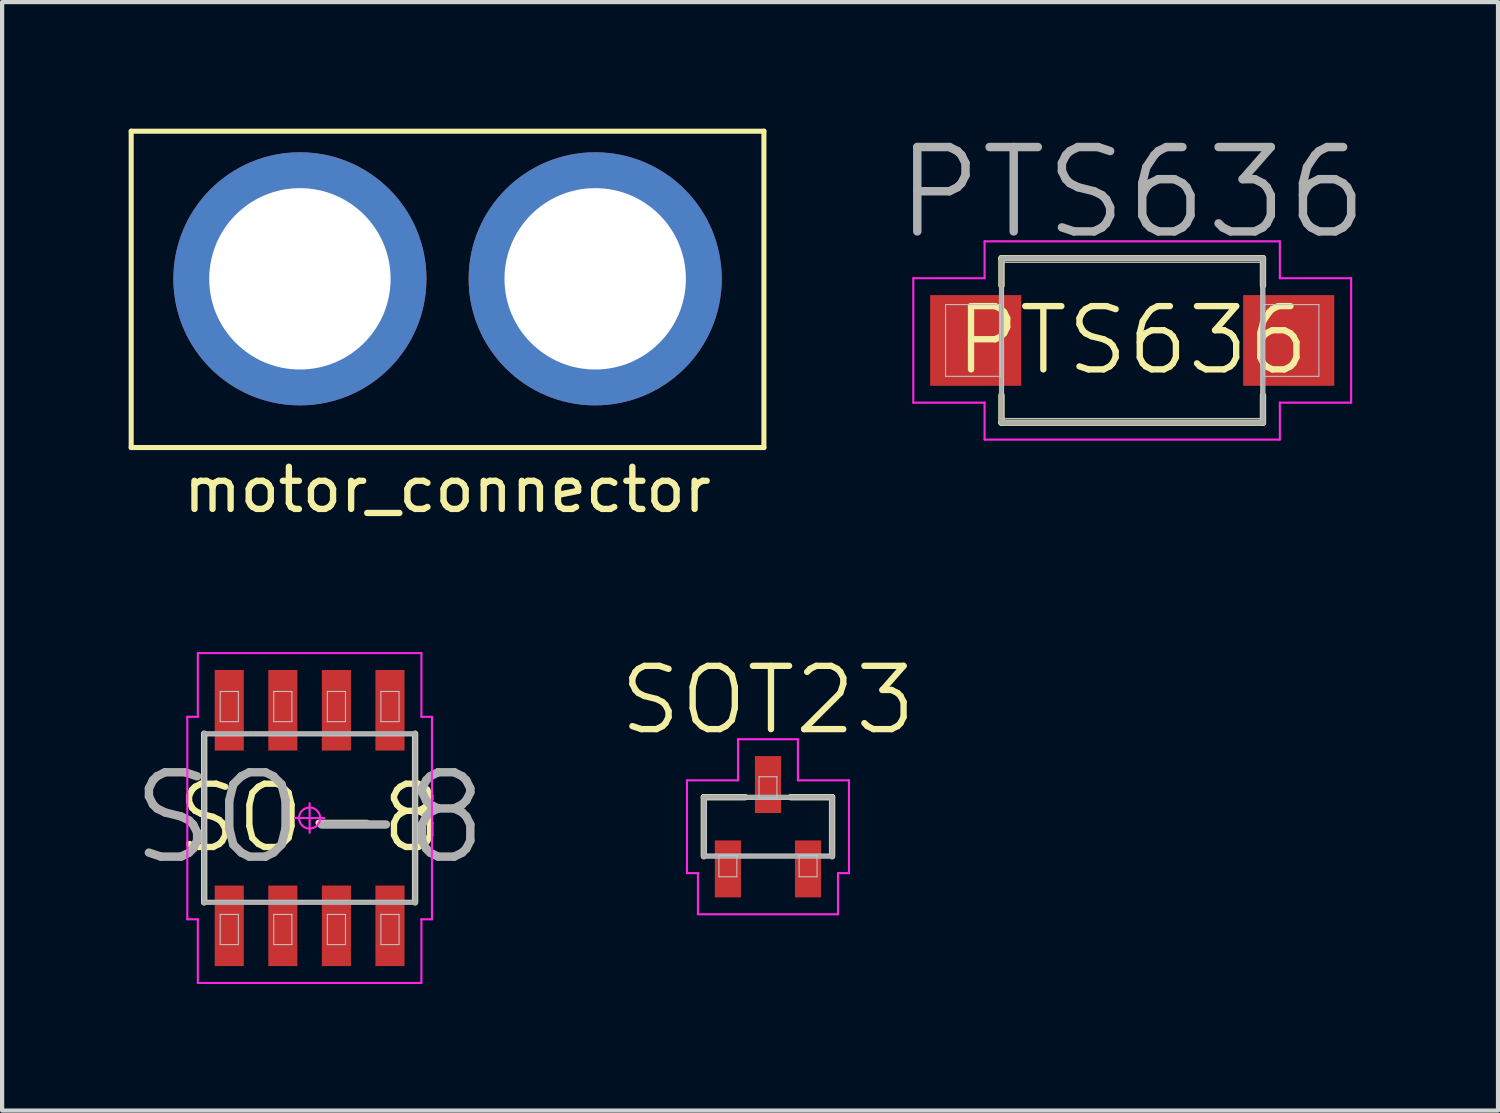
<source format=kicad_pcb>
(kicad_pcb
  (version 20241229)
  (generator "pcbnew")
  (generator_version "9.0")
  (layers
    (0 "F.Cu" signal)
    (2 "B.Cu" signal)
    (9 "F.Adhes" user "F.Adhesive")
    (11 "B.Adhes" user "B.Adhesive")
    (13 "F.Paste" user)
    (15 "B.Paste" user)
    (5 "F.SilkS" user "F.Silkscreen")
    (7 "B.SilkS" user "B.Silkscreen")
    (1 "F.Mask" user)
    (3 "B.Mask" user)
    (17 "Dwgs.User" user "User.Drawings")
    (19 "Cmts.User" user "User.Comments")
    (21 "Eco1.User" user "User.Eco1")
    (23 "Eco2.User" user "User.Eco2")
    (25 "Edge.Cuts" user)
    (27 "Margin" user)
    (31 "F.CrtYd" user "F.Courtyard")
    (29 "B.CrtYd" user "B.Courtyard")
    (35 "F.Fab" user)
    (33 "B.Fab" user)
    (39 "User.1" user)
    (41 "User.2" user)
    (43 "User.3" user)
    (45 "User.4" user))
  (footprint "SOT23"
    (layer "F.Cu")
    (at 15.156 16.549)
    (property "Reference" "SOT23" (at 0 -3 0) (layer "F.SilkS") (effects (font (size 1.5 1.5) (thickness 0.15))))
    (attr smd)
    (fp_line (start -1.52 -0.7) (end -0.535 -0.7) (stroke (width 0.15) (type solid)) (layer "F.SilkS"))
    (fp_line (start -1.52 0.7) (end -1.52 -0.7) (stroke (width 0.15) (type solid)) (layer "F.SilkS"))
    (fp_line (start 1.52 -0.7) (end 0.535 -0.7) (stroke (width 0.15) (type solid)) (layer "F.SilkS"))
    (fp_line (start 1.52 0.7) (end 1.52 -0.7) (stroke (width 0.15) (type solid)) (layer "F.SilkS"))
    (fp_line (start -1.46 -0.65) (end 1.46 -0.65) (stroke (width 0.025) (type solid)) (layer "Dwgs.User"))
    (fp_line (start -1.46 0.65) (end -1.46 -0.65) (stroke (width 0.025) (type solid)) (layer "Dwgs.User"))
    (fp_line (start -1.163 0.685) (end -0.738 0.685) (stroke (width 0.025) (type solid)) (layer "Dwgs.User"))
    (fp_line (start -1.163 1.185) (end -1.163 0.685) (stroke (width 0.025) (type solid)) (layer "Dwgs.User"))
    (fp_line (start -0.738 0.685) (end -0.738 1.185) (stroke (width 0.025) (type solid)) (layer "Dwgs.User"))
    (fp_line (start -0.738 1.185) (end -1.163 1.185) (stroke (width 0.025) (type solid)) (layer "Dwgs.User"))
    (fp_line (start -0.212 -1.185) (end 0.212 -1.185) (stroke (width 0.025) (type solid)) (layer "Dwgs.User"))
    (fp_line (start -0.212 -0.685) (end -0.212 -1.185) (stroke (width 0.025) (type solid)) (layer "Dwgs.User"))
    (fp_line (start 0.212 -1.185) (end 0.212 -0.685) (stroke (width 0.025) (type solid)) (layer "Dwgs.User"))
    (fp_line (start 0.212 -0.685) (end -0.212 -0.685) (stroke (width 0.025) (type solid)) (layer "Dwgs.User"))
    (fp_line (start 0.738 0.685) (end 1.163 0.685) (stroke (width 0.025) (type solid)) (layer "Dwgs.User"))
    (fp_line (start 0.738 1.185) (end 0.738 0.685) (stroke (width 0.025) (type solid)) (layer "Dwgs.User"))
    (fp_line (start 1.163 0.685) (end 1.163 1.185) (stroke (width 0.025) (type solid)) (layer "Dwgs.User"))
    (fp_line (start 1.163 1.185) (end 0.738 1.185) (stroke (width 0.025) (type solid)) (layer "Dwgs.User"))
    (fp_line (start 1.46 -0.65) (end 1.46 0.65) (stroke (width 0.025) (type solid)) (layer "Dwgs.User"))
    (fp_line (start 1.46 0.65) (end -1.46 0.65) (stroke (width 0.025) (type solid)) (layer "Dwgs.User"))
    (fp_line (start -1.92 -1.1) (end -1.92 1.1) (stroke (width 0.05) (type solid)) (layer "F.CrtYd"))
    (fp_line (start -1.92 1.1) (end -1.66 1.1) (stroke (width 0.05) (type solid)) (layer "F.CrtYd"))
    (fp_line (start -1.66 1.1) (end -1.66 2.075) (stroke (width 0.05) (type solid)) (layer "F.CrtYd"))
    (fp_line (start -1.66 2.075) (end 1.66 2.075) (stroke (width 0.05) (type solid)) (layer "F.CrtYd"))
    (fp_line (start -0.71 -2.075) (end -0.71 -1.1) (stroke (width 0.05) (type solid)) (layer "F.CrtYd"))
    (fp_line (start -0.71 -1.1) (end -1.92 -1.1) (stroke (width 0.05) (type solid)) (layer "F.CrtYd"))
    (fp_line (start 0.71 -2.075) (end -0.71 -2.075) (stroke (width 0.05) (type solid)) (layer "F.CrtYd"))
    (fp_line (start 0.71 -1.1) (end 0.71 -2.075) (stroke (width 0.05) (type solid)) (layer "F.CrtYd"))
    (fp_line (start 1.66 1.1) (end 1.92 1.1) (stroke (width 0.05) (type solid)) (layer "F.CrtYd"))
    (fp_line (start 1.66 2.075) (end 1.66 1.1) (stroke (width 0.05) (type solid)) (layer "F.CrtYd"))
    (fp_line (start 1.92 -1.1) (end 0.71 -1.1) (stroke (width 0.05) (type solid)) (layer "F.CrtYd"))
    (fp_line (start 1.92 1.1) (end 1.92 -1.1) (stroke (width 0.05) (type solid)) (layer "F.CrtYd"))
    (fp_line (start -1.52 -0.7) (end 1.52 -0.7) (stroke (width 0.12) (type solid)) (layer "F.Fab"))
    (fp_line (start -1.52 0.7) (end -1.52 -0.7) (stroke (width 0.12) (type solid)) (layer "F.Fab"))
    (fp_line (start 1.52 -0.7) (end 1.52 0.7) (stroke (width 0.12) (type solid)) (layer "F.Fab"))
    (fp_line (start 1.52 0.7) (end -1.52 0.7) (stroke (width 0.12) (type solid)) (layer "F.Fab"))
    (pad "1" smd rect (at -0.95 1 90) (size 1.35 0.62) (layers "F.Cu" "F.Mask" "F.Paste"))
    (pad "2" smd rect (at 0.95 1 90) (size 1.35 0.62) (layers "F.Cu" "F.Mask" "F.Paste"))
    (pad "3" smd rect (at 0 -1 90) (size 1.35 0.62) (layers "F.Cu" "F.Mask" "F.Paste")))
  (footprint "SO-8"
    (layer "F.Cu")
    (at 4.29 16.343)
    (property "Reference" "SO-8" (at 0 0 0) (layer "F.SilkS") (effects (font (size 1.5 1.5) (thickness 0.15))))
    (attr smd)
    (fp_line (start -2.5 2) (end -2.5 -2) (stroke (width 0.15) (type solid)) (layer "F.SilkS"))
    (fp_line (start 2.5 2) (end 2.5 -2) (stroke (width 0.15) (type solid)) (layer "F.SilkS"))
    (fp_line (start -2.45 -1.95) (end 2.45 -1.95) (stroke (width 0.025) (type solid)) (layer "Dwgs.User"))
    (fp_line (start -2.45 1.95) (end -2.45 -1.95) (stroke (width 0.025) (type solid)) (layer "Dwgs.User"))
    (fp_line (start -2.12 -3) (end -1.69 -3) (stroke (width 0.025) (type solid)) (layer "Dwgs.User"))
    (fp_line (start -2.12 -2.285) (end -2.12 -3) (stroke (width 0.025) (type solid)) (layer "Dwgs.User"))
    (fp_line (start -2.12 2.285) (end -1.69 2.285) (stroke (width 0.025) (type solid)) (layer "Dwgs.User"))
    (fp_line (start -2.12 3) (end -2.12 2.285) (stroke (width 0.025) (type solid)) (layer "Dwgs.User"))
    (fp_line (start -1.69 -3) (end -1.69 -2.285) (stroke (width 0.025) (type solid)) (layer "Dwgs.User"))
    (fp_line (start -1.69 -2.285) (end -2.12 -2.285) (stroke (width 0.025) (type solid)) (layer "Dwgs.User"))
    (fp_line (start -1.69 2.285) (end -1.69 3) (stroke (width 0.025) (type solid)) (layer "Dwgs.User"))
    (fp_line (start -1.69 3) (end -2.12 3) (stroke (width 0.025) (type solid)) (layer "Dwgs.User"))
    (fp_line (start -0.85 -3) (end -0.42 -3) (stroke (width 0.025) (type solid)) (layer "Dwgs.User"))
    (fp_line (start -0.85 -2.285) (end -0.85 -3) (stroke (width 0.025) (type solid)) (layer "Dwgs.User"))
    (fp_line (start -0.85 2.285) (end -0.42 2.285) (stroke (width 0.025) (type solid)) (layer "Dwgs.User"))
    (fp_line (start -0.85 3) (end -0.85 2.285) (stroke (width 0.025) (type solid)) (layer "Dwgs.User"))
    (fp_line (start -0.42 -3) (end -0.42 -2.285) (stroke (width 0.025) (type solid)) (layer "Dwgs.User"))
    (fp_line (start -0.42 -2.285) (end -0.85 -2.285) (stroke (width 0.025) (type solid)) (layer "Dwgs.User"))
    (fp_line (start -0.42 2.285) (end -0.42 3) (stroke (width 0.025) (type solid)) (layer "Dwgs.User"))
    (fp_line (start -0.42 3) (end -0.85 3) (stroke (width 0.025) (type solid)) (layer "Dwgs.User"))
    (fp_line (start 0.42 -3) (end 0.85 -3) (stroke (width 0.025) (type solid)) (layer "Dwgs.User"))
    (fp_line (start 0.42 -2.285) (end 0.42 -3) (stroke (width 0.025) (type solid)) (layer "Dwgs.User"))
    (fp_line (start 0.42 2.285) (end 0.85 2.285) (stroke (width 0.025) (type solid)) (layer "Dwgs.User"))
    (fp_line (start 0.42 3) (end 0.42 2.285) (stroke (width 0.025) (type solid)) (layer "Dwgs.User"))
    (fp_line (start 0.85 -3) (end 0.85 -2.285) (stroke (width 0.025) (type solid)) (layer "Dwgs.User"))
    (fp_line (start 0.85 -2.285) (end 0.42 -2.285) (stroke (width 0.025) (type solid)) (layer "Dwgs.User"))
    (fp_line (start 0.85 2.285) (end 0.85 3) (stroke (width 0.025) (type solid)) (layer "Dwgs.User"))
    (fp_line (start 0.85 3) (end 0.42 3) (stroke (width 0.025) (type solid)) (layer "Dwgs.User"))
    (fp_line (start 1.69 -3) (end 2.12 -3) (stroke (width 0.025) (type solid)) (layer "Dwgs.User"))
    (fp_line (start 1.69 -2.285) (end 1.69 -3) (stroke (width 0.025) (type solid)) (layer "Dwgs.User"))
    (fp_line (start 1.69 2.285) (end 2.12 2.285) (stroke (width 0.025) (type solid)) (layer "Dwgs.User"))
    (fp_line (start 1.69 3) (end 1.69 2.285) (stroke (width 0.025) (type solid)) (layer "Dwgs.User"))
    (fp_line (start 2.12 -3) (end 2.12 -2.285) (stroke (width 0.025) (type solid)) (layer "Dwgs.User"))
    (fp_line (start 2.12 -2.285) (end 1.69 -2.285) (stroke (width 0.025) (type solid)) (layer "Dwgs.User"))
    (fp_line (start 2.12 2.285) (end 2.12 3) (stroke (width 0.025) (type solid)) (layer "Dwgs.User"))
    (fp_line (start 2.12 3) (end 1.69 3) (stroke (width 0.025) (type solid)) (layer "Dwgs.User"))
    (fp_line (start 2.45 -1.95) (end 2.45 1.95) (stroke (width 0.025) (type solid)) (layer "Dwgs.User"))
    (fp_line (start 2.45 1.95) (end -2.45 1.95) (stroke (width 0.025) (type solid)) (layer "Dwgs.User"))
    (fp_line (start -2.9 -2.4) (end -2.9 2.4) (stroke (width 0.05) (type solid)) (layer "F.CrtYd"))
    (fp_line (start -2.9 2.4) (end -2.65 2.4) (stroke (width 0.05) (type solid)) (layer "F.CrtYd"))
    (fp_line (start -2.65 -3.91) (end -2.65 -2.4) (stroke (width 0.05) (type solid)) (layer "F.CrtYd"))
    (fp_line (start -2.65 -2.4) (end -2.9 -2.4) (stroke (width 0.05) (type solid)) (layer "F.CrtYd"))
    (fp_line (start -2.65 2.4) (end -2.65 3.91) (stroke (width 0.05) (type solid)) (layer "F.CrtYd"))
    (fp_line (start -2.65 3.91) (end 2.65 3.91) (stroke (width 0.05) (type solid)) (layer "F.CrtYd"))
    (fp_line (start -0.35 0) (end 0.35 0) (stroke (width 0.05) (type solid)) (layer "F.CrtYd"))
    (fp_line (start 0 -0.35) (end 0 0.35) (stroke (width 0.05) (type solid)) (layer "F.CrtYd"))
    (fp_line (start 2.65 -3.91) (end -2.65 -3.91) (stroke (width 0.05) (type solid)) (layer "F.CrtYd"))
    (fp_line (start 2.65 -2.4) (end 2.65 -3.91) (stroke (width 0.05) (type solid)) (layer "F.CrtYd"))
    (fp_line (start 2.65 2.4) (end 2.9 2.4) (stroke (width 0.05) (type solid)) (layer "F.CrtYd"))
    (fp_line (start 2.65 3.91) (end 2.65 2.4) (stroke (width 0.05) (type solid)) (layer "F.CrtYd"))
    (fp_line (start 2.9 -2.4) (end 2.65 -2.4) (stroke (width 0.05) (type solid)) (layer "F.CrtYd"))
    (fp_line (start 2.9 2.4) (end 2.9 -2.4) (stroke (width 0.05) (type solid)) (layer "F.CrtYd"))
    (fp_circle (center 0 0) (end 0 0.25) (stroke (width 0.05) (type solid)) (fill no) (layer "F.CrtYd"))
    (fp_line (start -2.5 -2) (end 2.5 -2) (stroke (width 0.12) (type solid)) (layer "F.Fab"))
    (fp_line (start -2.5 2) (end -2.5 -2) (stroke (width 0.12) (type solid)) (layer "F.Fab"))
    (fp_line (start 2.5 -2) (end 2.5 2) (stroke (width 0.12) (type solid)) (layer "F.Fab"))
    (fp_line (start 2.5 2) (end -2.5 2) (stroke (width 0.12) (type solid)) (layer "F.Fab"))
    (fp_text user "${REFERENCE}" (at 0 0 0) (layer "F.Fab") (effects (font (size 2 2) (thickness 0.2))))
    (pad "1" smd rect (at -1.905 2.555 90) (size 1.91 0.69) (layers "F.Cu" "F.Mask" "F.Paste"))
    (pad "2" smd rect (at -0.635 2.555 90) (size 1.91 0.69) (layers "F.Cu" "F.Mask" "F.Paste"))
    (pad "3" smd rect (at 0.635 2.555 90) (size 1.91 0.69) (layers "F.Cu" "F.Mask" "F.Paste"))
    (pad "4" smd rect (at 1.905 2.555 90) (size 1.91 0.69) (layers "F.Cu" "F.Mask" "F.Paste"))
    (pad "5" smd rect (at 1.905 -2.555 90) (size 1.91 0.69) (layers "F.Cu" "F.Mask" "F.Paste"))
    (pad "6" smd rect (at 0.635 -2.555 90) (size 1.91 0.69) (layers "F.Cu" "F.Mask" "F.Paste"))
    (pad "7" smd rect (at -0.635 -2.555 90) (size 1.91 0.69) (layers "F.Cu" "F.Mask" "F.Paste"))
    (pad "8" smd rect (at -1.905 -2.555 90) (size 1.91 0.69) (layers "F.Cu" "F.Mask" "F.Paste")))
  (footprint "motor_connector"
    (layer "F.Cu")
    (at 7.56 3.56)
    (property "Reference" "motor_connector" (at 0 5 0) (layer "F.SilkS") (effects (font (size 1 1) (thickness 0.15))))
    (attr through_hole)
    (fp_line (start -7.5 -3.5) (end -7.5 4) (stroke (width 0.12) (type solid)) (layer "F.SilkS"))
    (fp_line (start -7.5 4) (end 7.5 4) (stroke (width 0.12) (type solid)) (layer "F.SilkS"))
    (fp_line (start 7.5 -3.5) (end -7.5 -3.5) (stroke (width 0.12) (type solid)) (layer "F.SilkS"))
    (fp_line (start 7.5 4) (end 7.5 -3.5) (stroke (width 0.12) (type solid)) (layer "F.SilkS"))
    (pad "1" thru_hole circle (at -3.5 0) (size 6 6) (drill 4.3) (layers "*.Cu" "*.Mask"))
    (pad "2" thru_hole circle (at 3.5 0) (size 6 6) (drill 4.3) (layers "*.Cu" "*.Mask")))
  (footprint "PTS636"
    (layer "F.Cu")
    (at 23.791 5.021)
    (property "Reference" "PTS636" (at 0 0 0) (layer "F.SilkS") (effects (font (size 1.5 1.5) (thickness 0.15))))
    (attr smd)
    (fp_line (start -3.1 -1.95) (end 3.1 -1.95) (stroke (width 0.15) (type solid)) (layer "F.SilkS"))
    (fp_line (start -3.1 -1.3) (end -3.1 -1.95) (stroke (width 0.15) (type solid)) (layer "F.SilkS"))
    (fp_line (start -3.1 1.95) (end -3.1 1.3) (stroke (width 0.15) (type solid)) (layer "F.SilkS"))
    (fp_line (start 3.1 -1.95) (end 3.1 -1.3) (stroke (width 0.15) (type solid)) (layer "F.SilkS"))
    (fp_line (start 3.1 1.3) (end 3.1 1.95) (stroke (width 0.15) (type solid)) (layer "F.SilkS"))
    (fp_line (start 3.1 1.95) (end -3.1 1.95) (stroke (width 0.15) (type solid)) (layer "F.SilkS"))
    (fp_line (start -4.425 -0.85) (end -3.125 -0.85) (stroke (width 0.025) (type solid)) (layer "Dwgs.User"))
    (fp_line (start -4.425 0.85) (end -4.425 -0.85) (stroke (width 0.025) (type solid)) (layer "Dwgs.User"))
    (fp_line (start -3.125 -0.85) (end -3.125 0.85) (stroke (width 0.025) (type solid)) (layer "Dwgs.User"))
    (fp_line (start -3.125 0.85) (end -4.425 0.85) (stroke (width 0.025) (type solid)) (layer "Dwgs.User"))
    (fp_line (start -3.05 -1.85) (end 3.05 -1.85) (stroke (width 0.025) (type solid)) (layer "Dwgs.User"))
    (fp_line (start -3.05 1.85) (end -3.05 -1.85) (stroke (width 0.025) (type solid)) (layer "Dwgs.User"))
    (fp_line (start 3.05 -1.85) (end 3.05 1.85) (stroke (width 0.025) (type solid)) (layer "Dwgs.User"))
    (fp_line (start 3.05 1.85) (end -3.05 1.85) (stroke (width 0.025) (type solid)) (layer "Dwgs.User"))
    (fp_line (start 3.125 -0.85) (end 4.425 -0.85) (stroke (width 0.025) (type solid)) (layer "Dwgs.User"))
    (fp_line (start 3.125 0.85) (end 3.125 -0.85) (stroke (width 0.025) (type solid)) (layer "Dwgs.User"))
    (fp_line (start 4.425 -0.85) (end 4.425 0.85) (stroke (width 0.025) (type solid)) (layer "Dwgs.User"))
    (fp_line (start 4.425 0.85) (end 3.125 0.85) (stroke (width 0.025) (type solid)) (layer "Dwgs.User"))
    (fp_line (start -5.19 -1.475) (end -5.19 1.475) (stroke (width 0.05) (type solid)) (layer "F.CrtYd"))
    (fp_line (start -5.19 1.475) (end -3.5 1.475) (stroke (width 0.05) (type solid)) (layer "F.CrtYd"))
    (fp_line (start -3.5 -2.35) (end -3.5 -1.475) (stroke (width 0.05) (type solid)) (layer "F.CrtYd"))
    (fp_line (start -3.5 -1.475) (end -5.19 -1.475) (stroke (width 0.05) (type solid)) (layer "F.CrtYd"))
    (fp_line (start -3.5 1.475) (end -3.5 2.35) (stroke (width 0.05) (type solid)) (layer "F.CrtYd"))
    (fp_line (start -3.5 2.35) (end 3.5 2.35) (stroke (width 0.05) (type solid)) (layer "F.CrtYd"))
    (fp_line (start 3.5 -2.35) (end -3.5 -2.35) (stroke (width 0.05) (type solid)) (layer "F.CrtYd"))
    (fp_line (start 3.5 -1.475) (end 3.5 -2.35) (stroke (width 0.05) (type solid)) (layer "F.CrtYd"))
    (fp_line (start 3.5 1.475) (end 5.19 1.475) (stroke (width 0.05) (type solid)) (layer "F.CrtYd"))
    (fp_line (start 3.5 2.35) (end 3.5 1.475) (stroke (width 0.05) (type solid)) (layer "F.CrtYd"))
    (fp_line (start 5.19 -1.475) (end 3.5 -1.475) (stroke (width 0.05) (type solid)) (layer "F.CrtYd"))
    (fp_line (start 5.19 1.475) (end 5.19 -1.475) (stroke (width 0.05) (type solid)) (layer "F.CrtYd"))
    (fp_line (start -3.1 -1.95) (end 3.1 -1.95) (stroke (width 0.12) (type solid)) (layer "F.Fab"))
    (fp_line (start -3.1 1.95) (end -3.1 -1.95) (stroke (width 0.12) (type solid)) (layer "F.Fab"))
    (fp_line (start 3.1 -1.95) (end 3.1 1.95) (stroke (width 0.12) (type solid)) (layer "F.Fab"))
    (fp_line (start 3.1 1.95) (end -3.1 1.95) (stroke (width 0.12) (type solid)) (layer "F.Fab"))
    (fp_text user "${REFERENCE}" (at 0 -3.5 0) (layer "F.Fab") (effects (font (size 2 2) (thickness 0.2))))
    (pad "1" smd rect (at -3.71 0) (size 2.16 2.15) (layers "F.Cu" "F.Mask" "F.Paste"))
    (pad "2" smd rect (at 3.71 0) (size 2.16 2.15) (layers "F.Cu" "F.Mask" "F.Paste")))
  (gr_rect
    (start -3 -3)
    (end 32.463 23.278)
    (stroke (width 0.1) (type default))
    (fill no)
    (layer "Edge.Cuts")))
</source>
